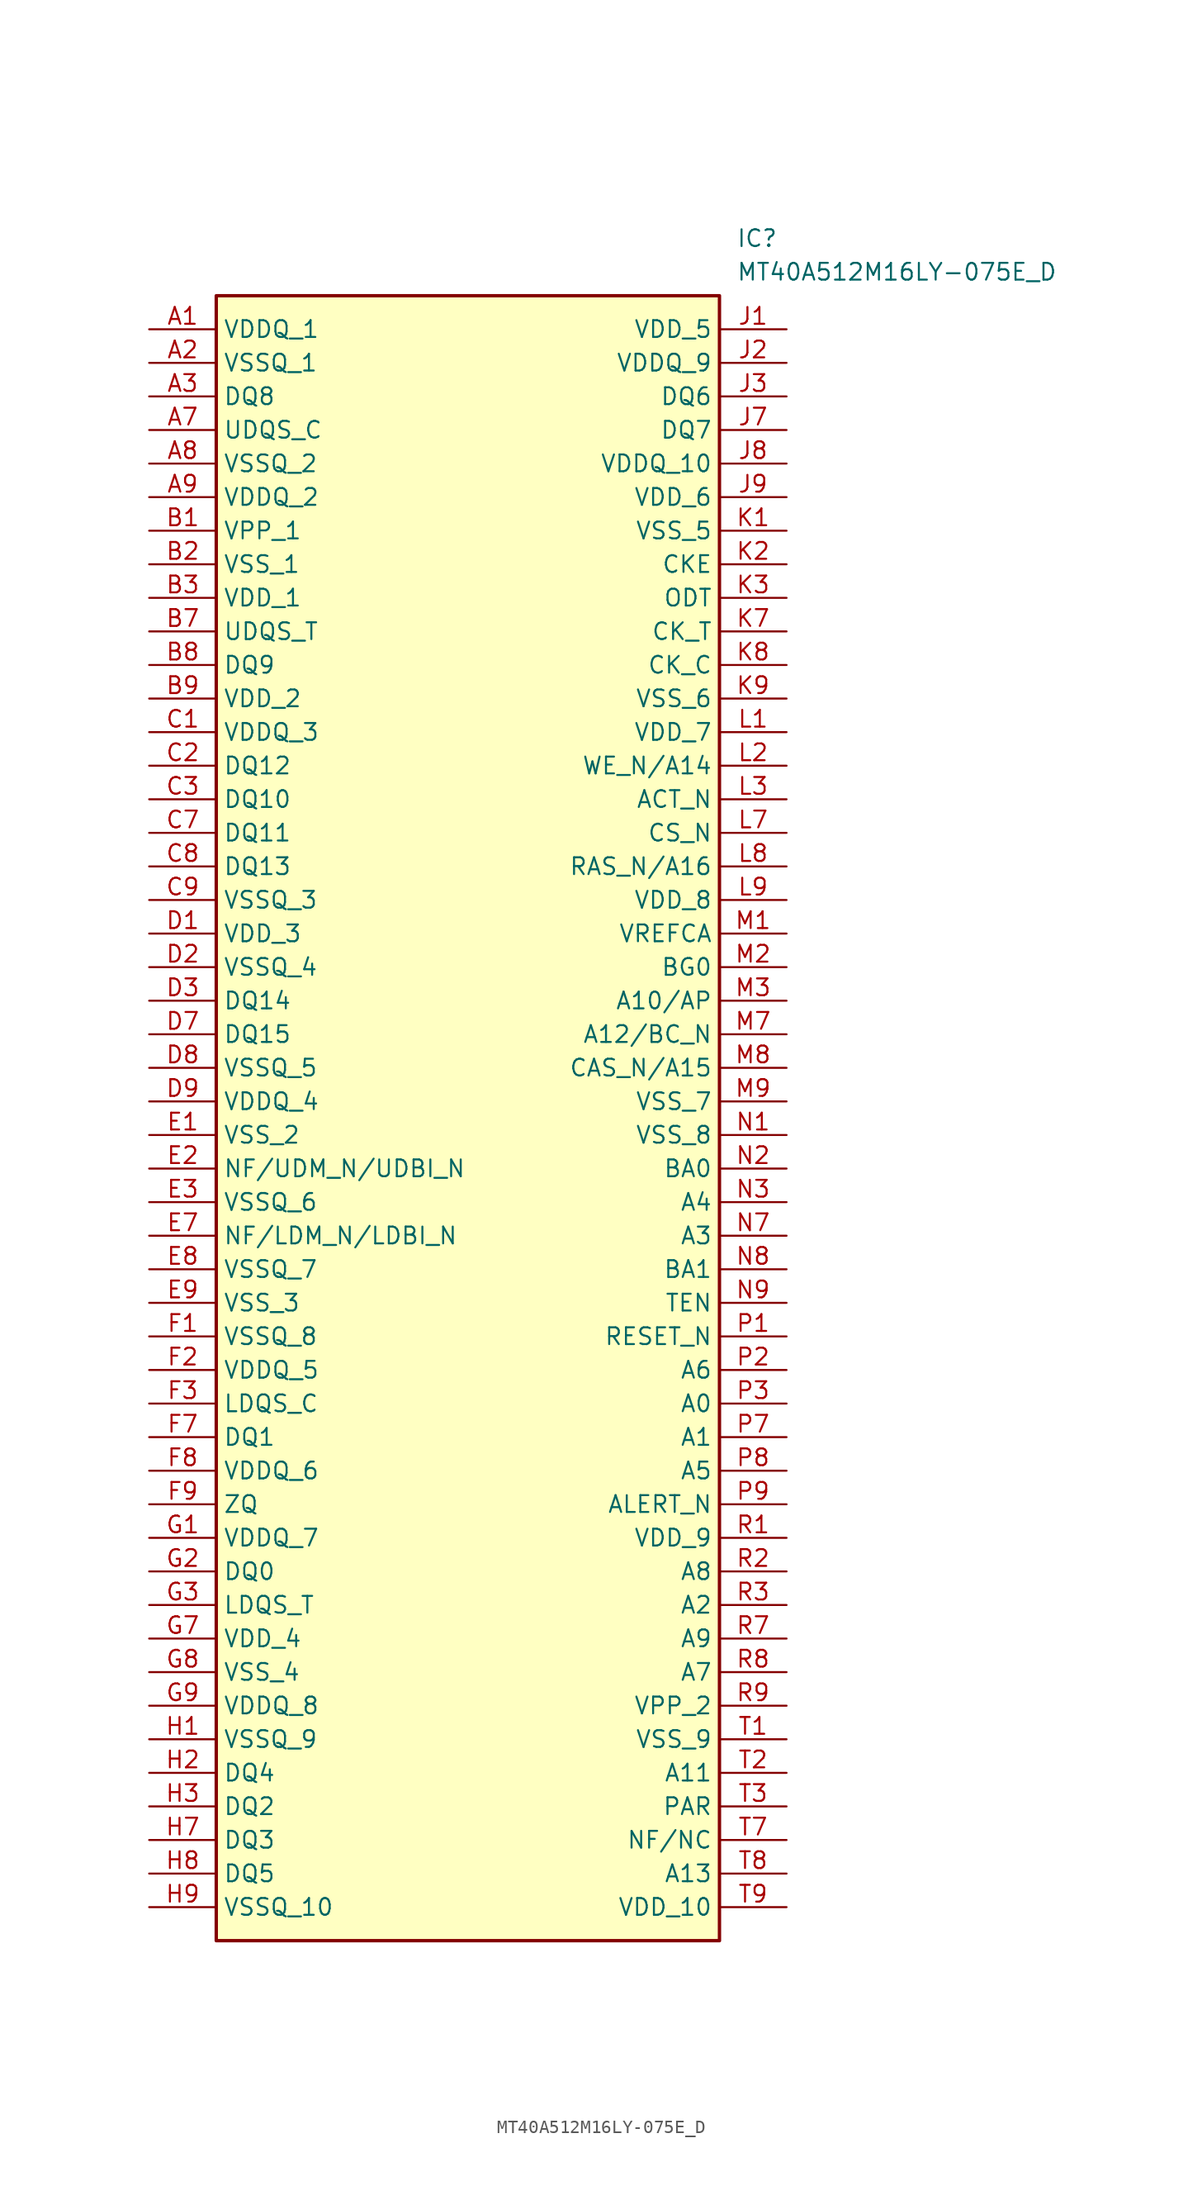
<source format=kicad_sym>
(kicad_symbol_lib
  (version 20211014)
  (generator SamacSys_ECAD_Model)
  (symbol "MT40A512M16LY-075E_D"
    (property "Reference" "IC"
      (at 44.45 7.62 0)
      (effects (font (size 1.27 1.27)) (justify left top)))
    (property "Value" "MT40A512M16LY-075E_D"
      (at 44.45 5.08 0)
      (effects (font (size 1.27 1.27)) (justify left top)))
    (rectangle
      (start 5.08 2.54)
      (end 43.18 -121.92)
      (stroke (width 0.254) (type default))
      (fill (type background)))
    (pin passive line
      (at 0 0 0)
      (length 5.08)
      (name "VDDQ_1" (effects (font (size 1.27 1.27))))
      (number "A1" (effects (font (size 1.27 1.27)))))
    (pin passive line
      (at 0 -2.54 0)
      (length 5.08)
      (name "VSSQ_1" (effects (font (size 1.27 1.27))))
      (number "A2" (effects (font (size 1.27 1.27)))))
    (pin passive line
      (at 0 -5.08 0)
      (length 5.08)
      (name "DQ8" (effects (font (size 1.27 1.27))))
      (number "A3" (effects (font (size 1.27 1.27)))))
    (pin passive line
      (at 0 -7.62 0)
      (length 5.08)
      (name "UDQS_C" (effects (font (size 1.27 1.27))))
      (number "A7" (effects (font (size 1.27 1.27)))))
    (pin passive line
      (at 0 -10.16 0)
      (length 5.08)
      (name "VSSQ_2" (effects (font (size 1.27 1.27))))
      (number "A8" (effects (font (size 1.27 1.27)))))
    (pin passive line
      (at 0 -12.7 0)
      (length 5.08)
      (name "VDDQ_2" (effects (font (size 1.27 1.27))))
      (number "A9" (effects (font (size 1.27 1.27)))))
    (pin passive line
      (at 0 -15.24 0)
      (length 5.08)
      (name "VPP_1" (effects (font (size 1.27 1.27))))
      (number "B1" (effects (font (size 1.27 1.27)))))
    (pin passive line
      (at 0 -17.78 0)
      (length 5.08)
      (name "VSS_1" (effects (font (size 1.27 1.27))))
      (number "B2" (effects (font (size 1.27 1.27)))))
    (pin passive line
      (at 0 -20.32 0)
      (length 5.08)
      (name "VDD_1" (effects (font (size 1.27 1.27))))
      (number "B3" (effects (font (size 1.27 1.27)))))
    (pin passive line
      (at 0 -22.86 0)
      (length 5.08)
      (name "UDQS_T" (effects (font (size 1.27 1.27))))
      (number "B7" (effects (font (size 1.27 1.27)))))
    (pin passive line
      (at 0 -25.4 0)
      (length 5.08)
      (name "DQ9" (effects (font (size 1.27 1.27))))
      (number "B8" (effects (font (size 1.27 1.27)))))
    (pin passive line
      (at 0 -27.94 0)
      (length 5.08)
      (name "VDD_2" (effects (font (size 1.27 1.27))))
      (number "B9" (effects (font (size 1.27 1.27)))))
    (pin passive line
      (at 0 -30.48 0)
      (length 5.08)
      (name "VDDQ_3" (effects (font (size 1.27 1.27))))
      (number "C1" (effects (font (size 1.27 1.27)))))
    (pin passive line
      (at 0 -33.02 0)
      (length 5.08)
      (name "DQ12" (effects (font (size 1.27 1.27))))
      (number "C2" (effects (font (size 1.27 1.27)))))
    (pin passive line
      (at 0 -35.56 0)
      (length 5.08)
      (name "DQ10" (effects (font (size 1.27 1.27))))
      (number "C3" (effects (font (size 1.27 1.27)))))
    (pin passive line
      (at 0 -38.1 0)
      (length 5.08)
      (name "DQ11" (effects (font (size 1.27 1.27))))
      (number "C7" (effects (font (size 1.27 1.27)))))
    (pin passive line
      (at 0 -40.64 0)
      (length 5.08)
      (name "DQ13" (effects (font (size 1.27 1.27))))
      (number "C8" (effects (font (size 1.27 1.27)))))
    (pin passive line
      (at 0 -43.18 0)
      (length 5.08)
      (name "VSSQ_3" (effects (font (size 1.27 1.27))))
      (number "C9" (effects (font (size 1.27 1.27)))))
    (pin passive line
      (at 0 -45.72 0)
      (length 5.08)
      (name "VDD_3" (effects (font (size 1.27 1.27))))
      (number "D1" (effects (font (size 1.27 1.27)))))
    (pin passive line
      (at 0 -48.26 0)
      (length 5.08)
      (name "VSSQ_4" (effects (font (size 1.27 1.27))))
      (number "D2" (effects (font (size 1.27 1.27)))))
    (pin passive line
      (at 0 -50.8 0)
      (length 5.08)
      (name "DQ14" (effects (font (size 1.27 1.27))))
      (number "D3" (effects (font (size 1.27 1.27)))))
    (pin passive line
      (at 0 -53.34 0)
      (length 5.08)
      (name "DQ15" (effects (font (size 1.27 1.27))))
      (number "D7" (effects (font (size 1.27 1.27)))))
    (pin passive line
      (at 0 -55.88 0)
      (length 5.08)
      (name "VSSQ_5" (effects (font (size 1.27 1.27))))
      (number "D8" (effects (font (size 1.27 1.27)))))
    (pin passive line
      (at 0 -58.42 0)
      (length 5.08)
      (name "VDDQ_4" (effects (font (size 1.27 1.27))))
      (number "D9" (effects (font (size 1.27 1.27)))))
    (pin passive line
      (at 0 -60.96 0)
      (length 5.08)
      (name "VSS_2" (effects (font (size 1.27 1.27))))
      (number "E1" (effects (font (size 1.27 1.27)))))
    (pin passive line
      (at 0 -63.5 0)
      (length 5.08)
      (name "NF/UDM_N/UDBI_N" (effects (font (size 1.27 1.27))))
      (number "E2" (effects (font (size 1.27 1.27)))))
    (pin passive line
      (at 0 -66.04 0)
      (length 5.08)
      (name "VSSQ_6" (effects (font (size 1.27 1.27))))
      (number "E3" (effects (font (size 1.27 1.27)))))
    (pin passive line
      (at 0 -68.58 0)
      (length 5.08)
      (name "NF/LDM_N/LDBI_N" (effects (font (size 1.27 1.27))))
      (number "E7" (effects (font (size 1.27 1.27)))))
    (pin passive line
      (at 0 -71.12 0)
      (length 5.08)
      (name "VSSQ_7" (effects (font (size 1.27 1.27))))
      (number "E8" (effects (font (size 1.27 1.27)))))
    (pin passive line
      (at 0 -73.66 0)
      (length 5.08)
      (name "VSS_3" (effects (font (size 1.27 1.27))))
      (number "E9" (effects (font (size 1.27 1.27)))))
    (pin passive line
      (at 0 -76.2 0)
      (length 5.08)
      (name "VSSQ_8" (effects (font (size 1.27 1.27))))
      (number "F1" (effects (font (size 1.27 1.27)))))
    (pin passive line
      (at 0 -78.74 0)
      (length 5.08)
      (name "VDDQ_5" (effects (font (size 1.27 1.27))))
      (number "F2" (effects (font (size 1.27 1.27)))))
    (pin passive line
      (at 0 -81.28 0)
      (length 5.08)
      (name "LDQS_C" (effects (font (size 1.27 1.27))))
      (number "F3" (effects (font (size 1.27 1.27)))))
    (pin passive line
      (at 0 -83.82 0)
      (length 5.08)
      (name "DQ1" (effects (font (size 1.27 1.27))))
      (number "F7" (effects (font (size 1.27 1.27)))))
    (pin passive line
      (at 0 -86.36 0)
      (length 5.08)
      (name "VDDQ_6" (effects (font (size 1.27 1.27))))
      (number "F8" (effects (font (size 1.27 1.27)))))
    (pin passive line
      (at 0 -88.9 0)
      (length 5.08)
      (name "ZQ" (effects (font (size 1.27 1.27))))
      (number "F9" (effects (font (size 1.27 1.27)))))
    (pin passive line
      (at 0 -91.44 0)
      (length 5.08)
      (name "VDDQ_7" (effects (font (size 1.27 1.27))))
      (number "G1" (effects (font (size 1.27 1.27)))))
    (pin passive line
      (at 0 -93.98 0)
      (length 5.08)
      (name "DQ0" (effects (font (size 1.27 1.27))))
      (number "G2" (effects (font (size 1.27 1.27)))))
    (pin passive line
      (at 0 -96.52 0)
      (length 5.08)
      (name "LDQS_T" (effects (font (size 1.27 1.27))))
      (number "G3" (effects (font (size 1.27 1.27)))))
    (pin passive line
      (at 0 -99.06 0)
      (length 5.08)
      (name "VDD_4" (effects (font (size 1.27 1.27))))
      (number "G7" (effects (font (size 1.27 1.27)))))
    (pin passive line
      (at 0 -101.6 0)
      (length 5.08)
      (name "VSS_4" (effects (font (size 1.27 1.27))))
      (number "G8" (effects (font (size 1.27 1.27)))))
    (pin passive line
      (at 0 -104.14 0)
      (length 5.08)
      (name "VDDQ_8" (effects (font (size 1.27 1.27))))
      (number "G9" (effects (font (size 1.27 1.27)))))
    (pin passive line
      (at 0 -106.68 0)
      (length 5.08)
      (name "VSSQ_9" (effects (font (size 1.27 1.27))))
      (number "H1" (effects (font (size 1.27 1.27)))))
    (pin passive line
      (at 0 -109.22 0)
      (length 5.08)
      (name "DQ4" (effects (font (size 1.27 1.27))))
      (number "H2" (effects (font (size 1.27 1.27)))))
    (pin passive line
      (at 0 -111.76 0)
      (length 5.08)
      (name "DQ2" (effects (font (size 1.27 1.27))))
      (number "H3" (effects (font (size 1.27 1.27)))))
    (pin passive line
      (at 0 -114.3 0)
      (length 5.08)
      (name "DQ3" (effects (font (size 1.27 1.27))))
      (number "H7" (effects (font (size 1.27 1.27)))))
    (pin passive line
      (at 0 -116.84 0)
      (length 5.08)
      (name "DQ5" (effects (font (size 1.27 1.27))))
      (number "H8" (effects (font (size 1.27 1.27)))))
    (pin passive line
      (at 0 -119.38 0)
      (length 5.08)
      (name "VSSQ_10" (effects (font (size 1.27 1.27))))
      (number "H9" (effects (font (size 1.27 1.27)))))
    (pin passive line
      (at 48.26 0 180)
      (length 5.08)
      (name "VDD_5" (effects (font (size 1.27 1.27))))
      (number "J1" (effects (font (size 1.27 1.27)))))
    (pin passive line
      (at 48.26 -2.54 180)
      (length 5.08)
      (name "VDDQ_9" (effects (font (size 1.27 1.27))))
      (number "J2" (effects (font (size 1.27 1.27)))))
    (pin passive line
      (at 48.26 -5.08 180)
      (length 5.08)
      (name "DQ6" (effects (font (size 1.27 1.27))))
      (number "J3" (effects (font (size 1.27 1.27)))))
    (pin passive line
      (at 48.26 -7.62 180)
      (length 5.08)
      (name "DQ7" (effects (font (size 1.27 1.27))))
      (number "J7" (effects (font (size 1.27 1.27)))))
    (pin passive line
      (at 48.26 -10.16 180)
      (length 5.08)
      (name "VDDQ_10" (effects (font (size 1.27 1.27))))
      (number "J8" (effects (font (size 1.27 1.27)))))
    (pin passive line
      (at 48.26 -12.7 180)
      (length 5.08)
      (name "VDD_6" (effects (font (size 1.27 1.27))))
      (number "J9" (effects (font (size 1.27 1.27)))))
    (pin passive line
      (at 48.26 -15.24 180)
      (length 5.08)
      (name "VSS_5" (effects (font (size 1.27 1.27))))
      (number "K1" (effects (font (size 1.27 1.27)))))
    (pin passive line
      (at 48.26 -17.78 180)
      (length 5.08)
      (name "CKE" (effects (font (size 1.27 1.27))))
      (number "K2" (effects (font (size 1.27 1.27)))))
    (pin passive line
      (at 48.26 -20.32 180)
      (length 5.08)
      (name "ODT" (effects (font (size 1.27 1.27))))
      (number "K3" (effects (font (size 1.27 1.27)))))
    (pin passive line
      (at 48.26 -22.86 180)
      (length 5.08)
      (name "CK_T" (effects (font (size 1.27 1.27))))
      (number "K7" (effects (font (size 1.27 1.27)))))
    (pin passive line
      (at 48.26 -25.4 180)
      (length 5.08)
      (name "CK_C" (effects (font (size 1.27 1.27))))
      (number "K8" (effects (font (size 1.27 1.27)))))
    (pin passive line
      (at 48.26 -27.94 180)
      (length 5.08)
      (name "VSS_6" (effects (font (size 1.27 1.27))))
      (number "K9" (effects (font (size 1.27 1.27)))))
    (pin passive line
      (at 48.26 -30.48 180)
      (length 5.08)
      (name "VDD_7" (effects (font (size 1.27 1.27))))
      (number "L1" (effects (font (size 1.27 1.27)))))
    (pin passive line
      (at 48.26 -33.02 180)
      (length 5.08)
      (name "WE_N/A14" (effects (font (size 1.27 1.27))))
      (number "L2" (effects (font (size 1.27 1.27)))))
    (pin passive line
      (at 48.26 -35.56 180)
      (length 5.08)
      (name "ACT_N" (effects (font (size 1.27 1.27))))
      (number "L3" (effects (font (size 1.27 1.27)))))
    (pin passive line
      (at 48.26 -38.1 180)
      (length 5.08)
      (name "CS_N" (effects (font (size 1.27 1.27))))
      (number "L7" (effects (font (size 1.27 1.27)))))
    (pin passive line
      (at 48.26 -40.64 180)
      (length 5.08)
      (name "RAS_N/A16" (effects (font (size 1.27 1.27))))
      (number "L8" (effects (font (size 1.27 1.27)))))
    (pin passive line
      (at 48.26 -43.18 180)
      (length 5.08)
      (name "VDD_8" (effects (font (size 1.27 1.27))))
      (number "L9" (effects (font (size 1.27 1.27)))))
    (pin passive line
      (at 48.26 -45.72 180)
      (length 5.08)
      (name "VREFCA" (effects (font (size 1.27 1.27))))
      (number "M1" (effects (font (size 1.27 1.27)))))
    (pin passive line
      (at 48.26 -48.26 180)
      (length 5.08)
      (name "BG0" (effects (font (size 1.27 1.27))))
      (number "M2" (effects (font (size 1.27 1.27)))))
    (pin passive line
      (at 48.26 -50.8 180)
      (length 5.08)
      (name "A10/AP" (effects (font (size 1.27 1.27))))
      (number "M3" (effects (font (size 1.27 1.27)))))
    (pin passive line
      (at 48.26 -53.34 180)
      (length 5.08)
      (name "A12/BC_N" (effects (font (size 1.27 1.27))))
      (number "M7" (effects (font (size 1.27 1.27)))))
    (pin passive line
      (at 48.26 -55.88 180)
      (length 5.08)
      (name "CAS_N/A15" (effects (font (size 1.27 1.27))))
      (number "M8" (effects (font (size 1.27 1.27)))))
    (pin passive line
      (at 48.26 -58.42 180)
      (length 5.08)
      (name "VSS_7" (effects (font (size 1.27 1.27))))
      (number "M9" (effects (font (size 1.27 1.27)))))
    (pin passive line
      (at 48.26 -60.96 180)
      (length 5.08)
      (name "VSS_8" (effects (font (size 1.27 1.27))))
      (number "N1" (effects (font (size 1.27 1.27)))))
    (pin passive line
      (at 48.26 -63.5 180)
      (length 5.08)
      (name "BA0" (effects (font (size 1.27 1.27))))
      (number "N2" (effects (font (size 1.27 1.27)))))
    (pin passive line
      (at 48.26 -66.04 180)
      (length 5.08)
      (name "A4" (effects (font (size 1.27 1.27))))
      (number "N3" (effects (font (size 1.27 1.27)))))
    (pin passive line
      (at 48.26 -68.58 180)
      (length 5.08)
      (name "A3" (effects (font (size 1.27 1.27))))
      (number "N7" (effects (font (size 1.27 1.27)))))
    (pin passive line
      (at 48.26 -71.12 180)
      (length 5.08)
      (name "BA1" (effects (font (size 1.27 1.27))))
      (number "N8" (effects (font (size 1.27 1.27)))))
    (pin passive line
      (at 48.26 -73.66 180)
      (length 5.08)
      (name "TEN" (effects (font (size 1.27 1.27))))
      (number "N9" (effects (font (size 1.27 1.27)))))
    (pin passive line
      (at 48.26 -76.2 180)
      (length 5.08)
      (name "RESET_N" (effects (font (size 1.27 1.27))))
      (number "P1" (effects (font (size 1.27 1.27)))))
    (pin passive line
      (at 48.26 -78.74 180)
      (length 5.08)
      (name "A6" (effects (font (size 1.27 1.27))))
      (number "P2" (effects (font (size 1.27 1.27)))))
    (pin passive line
      (at 48.26 -81.28 180)
      (length 5.08)
      (name "A0" (effects (font (size 1.27 1.27))))
      (number "P3" (effects (font (size 1.27 1.27)))))
    (pin passive line
      (at 48.26 -83.82 180)
      (length 5.08)
      (name "A1" (effects (font (size 1.27 1.27))))
      (number "P7" (effects (font (size 1.27 1.27)))))
    (pin passive line
      (at 48.26 -86.36 180)
      (length 5.08)
      (name "A5" (effects (font (size 1.27 1.27))))
      (number "P8" (effects (font (size 1.27 1.27)))))
    (pin passive line
      (at 48.26 -88.9 180)
      (length 5.08)
      (name "ALERT_N" (effects (font (size 1.27 1.27))))
      (number "P9" (effects (font (size 1.27 1.27)))))
    (pin passive line
      (at 48.26 -91.44 180)
      (length 5.08)
      (name "VDD_9" (effects (font (size 1.27 1.27))))
      (number "R1" (effects (font (size 1.27 1.27)))))
    (pin passive line
      (at 48.26 -93.98 180)
      (length 5.08)
      (name "A8" (effects (font (size 1.27 1.27))))
      (number "R2" (effects (font (size 1.27 1.27)))))
    (pin passive line
      (at 48.26 -96.52 180)
      (length 5.08)
      (name "A2" (effects (font (size 1.27 1.27))))
      (number "R3" (effects (font (size 1.27 1.27)))))
    (pin passive line
      (at 48.26 -99.06 180)
      (length 5.08)
      (name "A9" (effects (font (size 1.27 1.27))))
      (number "R7" (effects (font (size 1.27 1.27)))))
    (pin passive line
      (at 48.26 -101.6 180)
      (length 5.08)
      (name "A7" (effects (font (size 1.27 1.27))))
      (number "R8" (effects (font (size 1.27 1.27)))))
    (pin passive line
      (at 48.26 -104.14 180)
      (length 5.08)
      (name "VPP_2" (effects (font (size 1.27 1.27))))
      (number "R9" (effects (font (size 1.27 1.27)))))
    (pin passive line
      (at 48.26 -106.68 180)
      (length 5.08)
      (name "VSS_9" (effects (font (size 1.27 1.27))))
      (number "T1" (effects (font (size 1.27 1.27)))))
    (pin passive line
      (at 48.26 -109.22 180)
      (length 5.08)
      (name "A11" (effects (font (size 1.27 1.27))))
      (number "T2" (effects (font (size 1.27 1.27)))))
    (pin passive line
      (at 48.26 -111.76 180)
      (length 5.08)
      (name "PAR" (effects (font (size 1.27 1.27))))
      (number "T3" (effects (font (size 1.27 1.27)))))
    (pin passive line
      (at 48.26 -114.3 180)
      (length 5.08)
      (name "NF/NC" (effects (font (size 1.27 1.27))))
      (number "T7" (effects (font (size 1.27 1.27)))))
    (pin passive line
      (at 48.26 -116.84 180)
      (length 5.08)
      (name "A13" (effects (font (size 1.27 1.27))))
      (number "T8" (effects (font (size 1.27 1.27)))))
    (pin passive line
      (at 48.26 -119.38 180)
      (length 5.08)
      (name "VDD_10" (effects (font (size 1.27 1.27))))
      (number "T9" (effects (font (size 1.27 1.27)))))))
</source>
